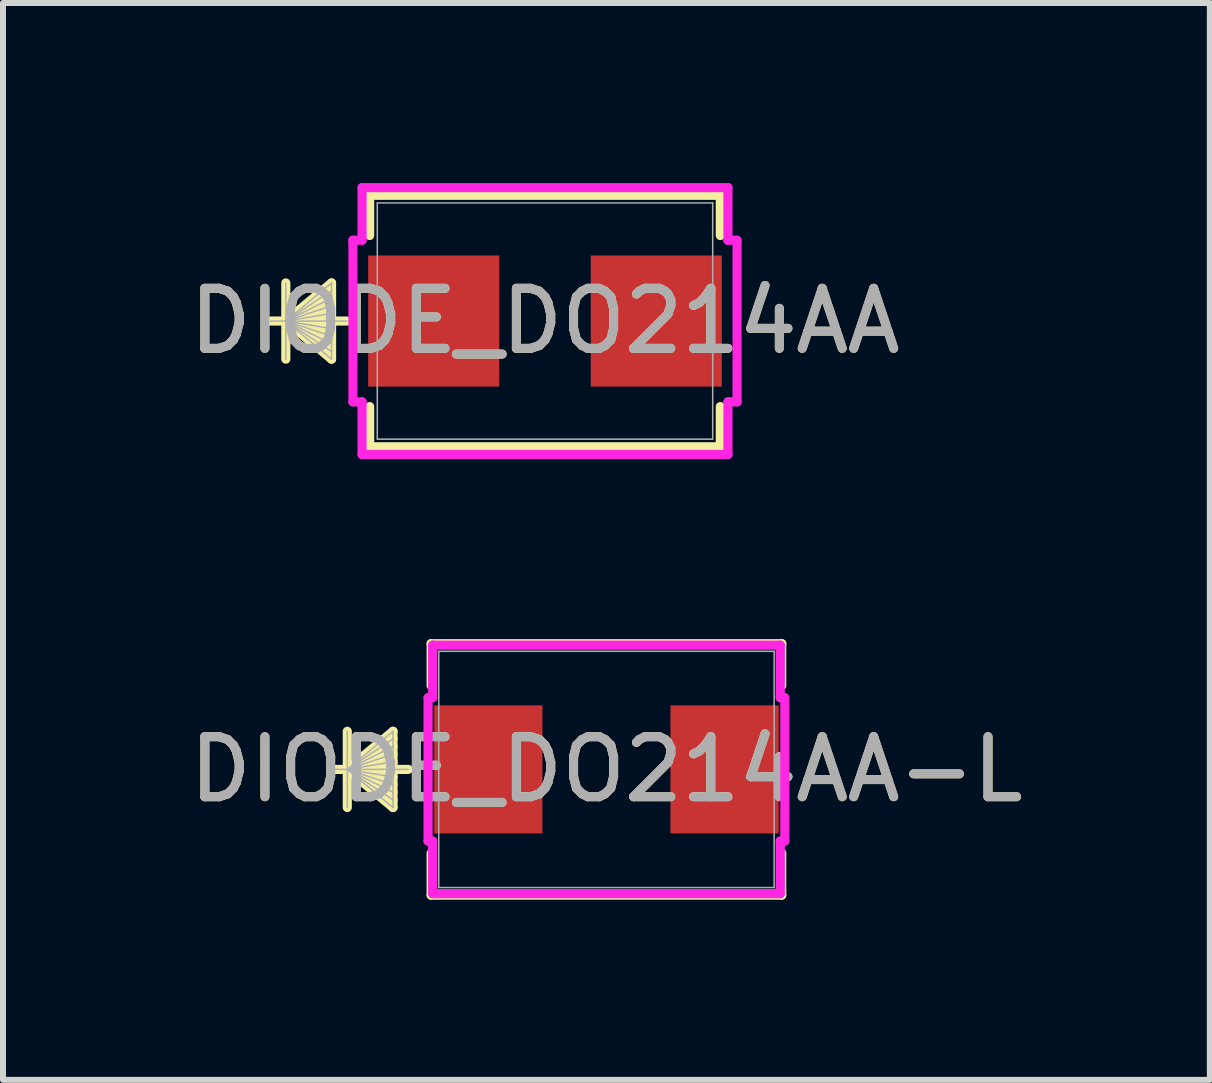
<source format=kicad_pcb>
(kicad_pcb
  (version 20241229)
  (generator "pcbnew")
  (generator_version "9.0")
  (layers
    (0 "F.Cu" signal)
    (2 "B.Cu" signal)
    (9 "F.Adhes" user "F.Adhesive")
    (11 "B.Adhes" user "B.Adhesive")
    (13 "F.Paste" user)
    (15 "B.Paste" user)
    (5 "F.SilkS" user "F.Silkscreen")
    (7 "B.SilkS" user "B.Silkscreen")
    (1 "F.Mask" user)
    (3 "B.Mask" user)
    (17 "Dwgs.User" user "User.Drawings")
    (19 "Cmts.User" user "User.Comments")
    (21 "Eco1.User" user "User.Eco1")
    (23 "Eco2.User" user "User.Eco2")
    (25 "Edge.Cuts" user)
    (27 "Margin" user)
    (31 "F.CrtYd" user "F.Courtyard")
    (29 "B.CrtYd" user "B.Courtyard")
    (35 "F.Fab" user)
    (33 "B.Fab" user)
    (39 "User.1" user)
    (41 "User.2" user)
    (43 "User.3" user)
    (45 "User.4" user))
  (footprint "DIODE_DO214AA"
    (layer "F.Cu")
    (at 6.03 2.299)
    (property "Reference" "DIODE_DO214AA" (at 0 0 0) (unlocked yes) (layer "F.SilkS") (effects (font (size 1 1) (thickness 0.15))))
    (attr smd)
    (fp_line (start -4.318 -0.635) (end -4.318 0.635) (stroke (width 0.152) (type solid)) (layer "F.SilkS"))
    (fp_line (start -4.318 0) (end -3.556 -0.635) (stroke (width 0.152) (type solid)) (layer "F.SilkS"))
    (fp_line (start -4.318 0) (end -3.556 -0.508) (stroke (width 0.152) (type solid)) (layer "F.SilkS"))
    (fp_line (start -4.318 0) (end -3.556 -0.381) (stroke (width 0.152) (type solid)) (layer "F.SilkS"))
    (fp_line (start -4.318 0) (end -3.556 -0.254) (stroke (width 0.152) (type solid)) (layer "F.SilkS"))
    (fp_line (start -4.318 0) (end -3.556 -0.127) (stroke (width 0.152) (type solid)) (layer "F.SilkS"))
    (fp_line (start -4.318 0) (end -3.556 0.127) (stroke (width 0.152) (type solid)) (layer "F.SilkS"))
    (fp_line (start -4.318 0) (end -3.556 0.254) (stroke (width 0.152) (type solid)) (layer "F.SilkS"))
    (fp_line (start -4.318 0) (end -3.556 0.381) (stroke (width 0.152) (type solid)) (layer "F.SilkS"))
    (fp_line (start -4.318 0) (end -3.556 0.508) (stroke (width 0.152) (type solid)) (layer "F.SilkS"))
    (fp_line (start -4.318 0) (end -3.556 0.635) (stroke (width 0.152) (type solid)) (layer "F.SilkS"))
    (fp_line (start -3.556 -0.635) (end -3.556 0.635) (stroke (width 0.152) (type solid)) (layer "F.SilkS"))
    (fp_line (start -3.302 0) (end -4.572 0) (stroke (width 0.152) (type solid)) (layer "F.SilkS"))
    (fp_line (start -2.921 -2.095) (end -2.921 -1.425) (stroke (width 0.152) (type solid)) (layer "F.SilkS"))
    (fp_line (start -2.921 1.425) (end -2.921 2.095) (stroke (width 0.152) (type solid)) (layer "F.SilkS"))
    (fp_line (start -2.921 2.095) (end 2.921 2.095) (stroke (width 0.152) (type solid)) (layer "F.SilkS"))
    (fp_line (start 2.921 -2.095) (end -2.921 -2.095) (stroke (width 0.152) (type solid)) (layer "F.SilkS"))
    (fp_line (start 2.921 -1.425) (end 2.921 -2.095) (stroke (width 0.152) (type solid)) (layer "F.SilkS"))
    (fp_line (start 2.921 2.095) (end 2.921 1.425) (stroke (width 0.152) (type solid)) (layer "F.SilkS"))
    (fp_line (start -3.2 -1.346) (end -3.048 -1.346) (stroke (width 0.152) (type solid)) (layer "F.CrtYd"))
    (fp_line (start -3.2 1.346) (end -3.2 -1.346) (stroke (width 0.152) (type solid)) (layer "F.CrtYd"))
    (fp_line (start -3.048 -2.223) (end 3.048 -2.223) (stroke (width 0.152) (type solid)) (layer "F.CrtYd"))
    (fp_line (start -3.048 -1.346) (end -3.048 -2.223) (stroke (width 0.152) (type solid)) (layer "F.CrtYd"))
    (fp_line (start -3.048 1.346) (end -3.2 1.346) (stroke (width 0.152) (type solid)) (layer "F.CrtYd"))
    (fp_line (start -3.048 2.223) (end -3.048 1.346) (stroke (width 0.152) (type solid)) (layer "F.CrtYd"))
    (fp_line (start 3.048 -2.223) (end 3.048 -1.346) (stroke (width 0.152) (type solid)) (layer "F.CrtYd"))
    (fp_line (start 3.048 -1.346) (end 3.2 -1.346) (stroke (width 0.152) (type solid)) (layer "F.CrtYd"))
    (fp_line (start 3.048 1.346) (end 3.048 2.223) (stroke (width 0.152) (type solid)) (layer "F.CrtYd"))
    (fp_line (start 3.048 2.223) (end -3.048 2.223) (stroke (width 0.152) (type solid)) (layer "F.CrtYd"))
    (fp_line (start 3.2 -1.346) (end 3.2 1.346) (stroke (width 0.152) (type solid)) (layer "F.CrtYd"))
    (fp_line (start 3.2 1.346) (end 3.048 1.346) (stroke (width 0.152) (type solid)) (layer "F.CrtYd"))
    (fp_line (start -4.318 -0.635) (end -4.318 0.635) (stroke (width 0.025) (type solid)) (layer "F.Fab"))
    (fp_line (start -4.318 0) (end -3.556 -0.635) (stroke (width 0.025) (type solid)) (layer "F.Fab"))
    (fp_line (start -4.318 0) (end -3.556 -0.508) (stroke (width 0.025) (type solid)) (layer "F.Fab"))
    (fp_line (start -4.318 0) (end -3.556 -0.381) (stroke (width 0.025) (type solid)) (layer "F.Fab"))
    (fp_line (start -4.318 0) (end -3.556 -0.254) (stroke (width 0.025) (type solid)) (layer "F.Fab"))
    (fp_line (start -4.318 0) (end -3.556 -0.127) (stroke (width 0.025) (type solid)) (layer "F.Fab"))
    (fp_line (start -4.318 0) (end -3.556 0.127) (stroke (width 0.025) (type solid)) (layer "F.Fab"))
    (fp_line (start -4.318 0) (end -3.556 0.254) (stroke (width 0.025) (type solid)) (layer "F.Fab"))
    (fp_line (start -4.318 0) (end -3.556 0.381) (stroke (width 0.025) (type solid)) (layer "F.Fab"))
    (fp_line (start -4.318 0) (end -3.556 0.508) (stroke (width 0.025) (type solid)) (layer "F.Fab"))
    (fp_line (start -4.318 0) (end -3.556 0.635) (stroke (width 0.025) (type solid)) (layer "F.Fab"))
    (fp_line (start -3.556 -0.635) (end -3.556 0.635) (stroke (width 0.025) (type solid)) (layer "F.Fab"))
    (fp_line (start -3.302 0) (end -4.572 0) (stroke (width 0.025) (type solid)) (layer "F.Fab"))
    (fp_line (start -2.794 -1.968) (end -2.794 1.968) (stroke (width 0.025) (type solid)) (layer "F.Fab"))
    (fp_line (start -2.794 1.968) (end 2.794 1.968) (stroke (width 0.025) (type solid)) (layer "F.Fab"))
    (fp_line (start 2.794 -1.968) (end -2.794 -1.968) (stroke (width 0.025) (type solid)) (layer "F.Fab"))
    (fp_line (start 2.794 1.968) (end 2.794 -1.968) (stroke (width 0.025) (type solid)) (layer "F.Fab"))
    (fp_text user "${REFERENCE}" (at 0 0 0) (unlocked yes) (layer "F.Fab") (effects (font (size 1 1) (thickness 0.15))))
    (pad "1" smd rect (at -1.854 0 90) (size 2.184 2.184) (layers "F.Cu" "F.Mask" "F.Paste"))
    (pad "2" smd rect (at 1.854 0 90) (size 2.184 2.184) (layers "F.Cu" "F.Mask" "F.Paste"))
    (zone (net_name "") (layer "F.Cu") (hatch full 0.508) (connect_pads) (min_thickness 0.254) (filled_areas_thickness no) (keepout (tracks not_allowed) (vias not_allowed) (pads allowed) (copperpour not_allowed) (footprints allowed)) (placement (enabled no)) (fill) (polygon (pts (xy 3.287 0.381) (xy 8.773 0.381) (xy 8.773 1.156) (xy 3.287 1.156))))
    (zone (net_name "") (layer "F.Cu") (hatch full 0.508) (connect_pads) (min_thickness 0.254) (filled_areas_thickness no) (keepout (tracks not_allowed) (vias not_allowed) (pads allowed) (copperpour not_allowed) (footprints allowed)) (placement (enabled no)) (fill) (polygon (pts (xy 3.287 3.442) (xy 8.773 3.442) (xy 8.773 4.216) (xy 3.287 4.216))))
    (zone (net_name "") (layer "F.Cu") (hatch full 0.508) (connect_pads) (min_thickness 0.254) (filled_areas_thickness no) (keepout (tracks not_allowed) (vias not_allowed) (pads allowed) (copperpour not_allowed) (footprints allowed)) (placement (enabled no)) (fill) (polygon (pts (xy 5.319 1.156) (xy 6.741 1.156) (xy 6.741 3.442) (xy 5.319 3.442)))))
  (footprint "DIODE_DO214AA-L"
    (layer "F.Cu")
    (at 7.054 9.769)
    (property "Reference" "DIODE_DO214AA-L" (at 0 0 0) (unlocked yes) (layer "F.SilkS") (effects (font (size 1 1) (thickness 0.15))))
    (attr smd)
    (fp_line (start -4.318 -0.635) (end -4.318 0.635) (stroke (width 0.152) (type solid)) (layer "F.SilkS"))
    (fp_line (start -4.318 0) (end -3.556 -0.635) (stroke (width 0.152) (type solid)) (layer "F.SilkS"))
    (fp_line (start -4.318 0) (end -3.556 -0.508) (stroke (width 0.152) (type solid)) (layer "F.SilkS"))
    (fp_line (start -4.318 0) (end -3.556 -0.381) (stroke (width 0.152) (type solid)) (layer "F.SilkS"))
    (fp_line (start -4.318 0) (end -3.556 -0.254) (stroke (width 0.152) (type solid)) (layer "F.SilkS"))
    (fp_line (start -4.318 0) (end -3.556 -0.127) (stroke (width 0.152) (type solid)) (layer "F.SilkS"))
    (fp_line (start -4.318 0) (end -3.556 0.127) (stroke (width 0.152) (type solid)) (layer "F.SilkS"))
    (fp_line (start -4.318 0) (end -3.556 0.254) (stroke (width 0.152) (type solid)) (layer "F.SilkS"))
    (fp_line (start -4.318 0) (end -3.556 0.381) (stroke (width 0.152) (type solid)) (layer "F.SilkS"))
    (fp_line (start -4.318 0) (end -3.556 0.508) (stroke (width 0.152) (type solid)) (layer "F.SilkS"))
    (fp_line (start -4.318 0) (end -3.556 0.635) (stroke (width 0.152) (type solid)) (layer "F.SilkS"))
    (fp_line (start -3.556 -0.635) (end -3.556 0.635) (stroke (width 0.152) (type solid)) (layer "F.SilkS"))
    (fp_line (start -3.302 0) (end -4.572 0) (stroke (width 0.152) (type solid)) (layer "F.SilkS"))
    (fp_line (start -2.921 -2.095) (end -2.921 -1.396) (stroke (width 0.152) (type solid)) (layer "F.SilkS"))
    (fp_line (start -2.921 1.396) (end -2.921 2.095) (stroke (width 0.152) (type solid)) (layer "F.SilkS"))
    (fp_line (start -2.921 2.095) (end 2.921 2.095) (stroke (width 0.152) (type solid)) (layer "F.SilkS"))
    (fp_line (start 2.921 -2.095) (end -2.921 -2.095) (stroke (width 0.152) (type solid)) (layer "F.SilkS"))
    (fp_line (start 2.921 -1.396) (end 2.921 -2.095) (stroke (width 0.152) (type solid)) (layer "F.SilkS"))
    (fp_line (start 2.921 2.095) (end 2.921 1.396) (stroke (width 0.152) (type solid)) (layer "F.SilkS"))
    (fp_line (start -2.972 -1.194) (end -2.896 -1.194) (stroke (width 0.152) (type solid)) (layer "F.CrtYd"))
    (fp_line (start -2.972 1.194) (end -2.972 -1.194) (stroke (width 0.152) (type solid)) (layer "F.CrtYd"))
    (fp_line (start -2.896 -2.07) (end 2.896 -2.07) (stroke (width 0.152) (type solid)) (layer "F.CrtYd"))
    (fp_line (start -2.896 -1.194) (end -2.896 -2.07) (stroke (width 0.152) (type solid)) (layer "F.CrtYd"))
    (fp_line (start -2.896 1.194) (end -2.972 1.194) (stroke (width 0.152) (type solid)) (layer "F.CrtYd"))
    (fp_line (start -2.896 2.07) (end -2.896 1.194) (stroke (width 0.152) (type solid)) (layer "F.CrtYd"))
    (fp_line (start 2.896 -2.07) (end 2.896 -1.194) (stroke (width 0.152) (type solid)) (layer "F.CrtYd"))
    (fp_line (start 2.896 -1.194) (end 2.972 -1.194) (stroke (width 0.152) (type solid)) (layer "F.CrtYd"))
    (fp_line (start 2.896 1.194) (end 2.896 2.07) (stroke (width 0.152) (type solid)) (layer "F.CrtYd"))
    (fp_line (start 2.896 2.07) (end -2.896 2.07) (stroke (width 0.152) (type solid)) (layer "F.CrtYd"))
    (fp_line (start 2.972 -1.194) (end 2.972 1.194) (stroke (width 0.152) (type solid)) (layer "F.CrtYd"))
    (fp_line (start 2.972 1.194) (end 2.896 1.194) (stroke (width 0.152) (type solid)) (layer "F.CrtYd"))
    (fp_line (start -4.318 -0.635) (end -4.318 0.635) (stroke (width 0.025) (type solid)) (layer "F.Fab"))
    (fp_line (start -4.318 0) (end -3.556 -0.635) (stroke (width 0.025) (type solid)) (layer "F.Fab"))
    (fp_line (start -4.318 0) (end -3.556 -0.508) (stroke (width 0.025) (type solid)) (layer "F.Fab"))
    (fp_line (start -4.318 0) (end -3.556 -0.381) (stroke (width 0.025) (type solid)) (layer "F.Fab"))
    (fp_line (start -4.318 0) (end -3.556 -0.254) (stroke (width 0.025) (type solid)) (layer "F.Fab"))
    (fp_line (start -4.318 0) (end -3.556 -0.127) (stroke (width 0.025) (type solid)) (layer "F.Fab"))
    (fp_line (start -4.318 0) (end -3.556 0.127) (stroke (width 0.025) (type solid)) (layer "F.Fab"))
    (fp_line (start -4.318 0) (end -3.556 0.254) (stroke (width 0.025) (type solid)) (layer "F.Fab"))
    (fp_line (start -4.318 0) (end -3.556 0.381) (stroke (width 0.025) (type solid)) (layer "F.Fab"))
    (fp_line (start -4.318 0) (end -3.556 0.508) (stroke (width 0.025) (type solid)) (layer "F.Fab"))
    (fp_line (start -4.318 0) (end -3.556 0.635) (stroke (width 0.025) (type solid)) (layer "F.Fab"))
    (fp_line (start -3.556 -0.635) (end -3.556 0.635) (stroke (width 0.025) (type solid)) (layer "F.Fab"))
    (fp_line (start -3.302 0) (end -4.572 0) (stroke (width 0.025) (type solid)) (layer "F.Fab"))
    (fp_line (start -2.794 -1.968) (end -2.794 1.968) (stroke (width 0.025) (type solid)) (layer "F.Fab"))
    (fp_line (start -2.794 1.968) (end 2.794 1.968) (stroke (width 0.025) (type solid)) (layer "F.Fab"))
    (fp_line (start 2.794 -1.968) (end -2.794 -1.968) (stroke (width 0.025) (type solid)) (layer "F.Fab"))
    (fp_line (start 2.794 1.968) (end 2.794 -1.968) (stroke (width 0.025) (type solid)) (layer "F.Fab"))
    (fp_text user "${REFERENCE}" (at 0 0 0) (unlocked yes) (layer "F.Fab") (effects (font (size 1 1) (thickness 0.15))))
    (pad "1" smd rect (at -1.968 0 90) (size 2.134 1.803) (layers "F.Cu" "F.Mask" "F.Paste"))
    (pad "2" smd rect (at 1.968 0 90) (size 2.134 1.803) (layers "F.Cu" "F.Mask" "F.Paste"))
    (zone (net_name "") (layer "F.Cu") (hatch full 0.508) (connect_pads) (min_thickness 0.254) (filled_areas_thickness no) (keepout (tracks not_allowed) (vias not_allowed) (pads allowed) (copperpour not_allowed) (footprints allowed)) (placement (enabled no)) (fill) (polygon (pts (xy 4.31 7.851) (xy 9.797 7.851) (xy 9.797 8.626) (xy 4.31 8.626))))
    (zone (net_name "") (layer "F.Cu") (hatch full 0.508) (connect_pads) (min_thickness 0.254) (filled_areas_thickness no) (keepout (tracks not_allowed) (vias not_allowed) (pads allowed) (copperpour not_allowed) (footprints allowed)) (placement (enabled no)) (fill) (polygon (pts (xy 4.31 10.912) (xy 9.797 10.912) (xy 9.797 11.687) (xy 4.31 11.687))))
    (zone (net_name "") (layer "F.Cu") (hatch full 0.508) (connect_pads) (min_thickness 0.254) (filled_areas_thickness no) (keepout (tracks not_allowed) (vias not_allowed) (pads allowed) (copperpour not_allowed) (footprints allowed)) (placement (enabled no)) (fill) (polygon (pts (xy 6.038 8.626) (xy 8.07 8.626) (xy 8.07 10.912) (xy 6.038 10.912)))))
  (gr_rect
    (start -3 -3)
    (end 17.107 14.941)
    (stroke (width 0.1) (type default))
    (fill no)
    (layer "Edge.Cuts")))
</source>
